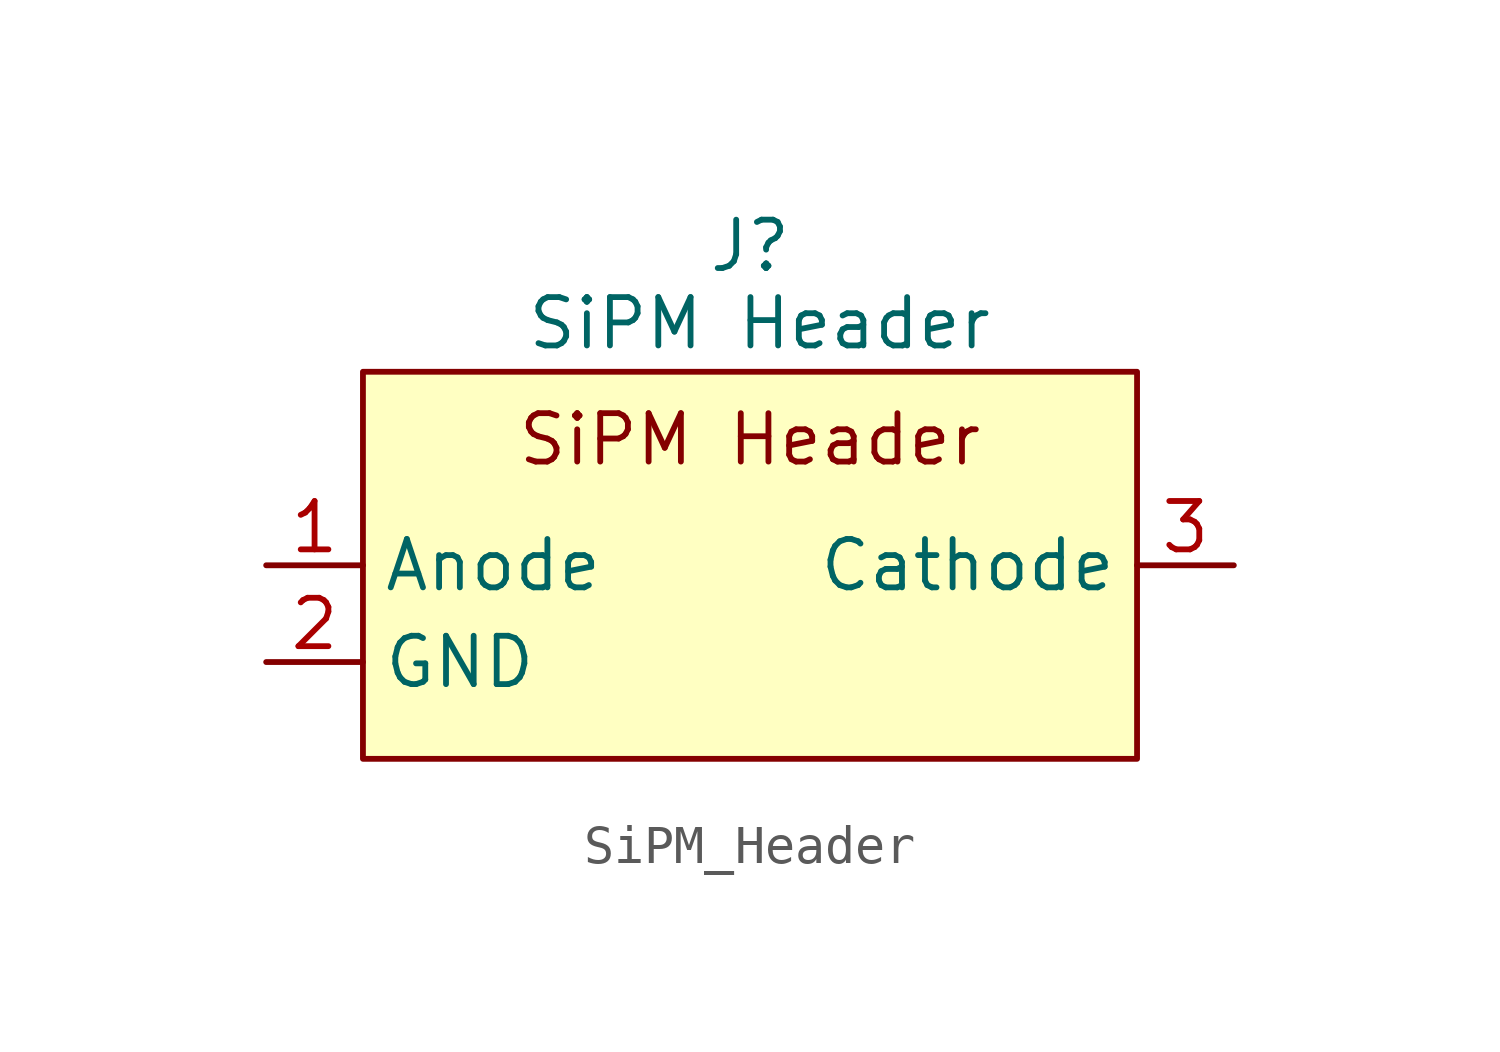
<source format=kicad_sym>
(kicad_symbol_lib
  (version 20241209)
  (generator "kicad_symbol_editor")
  (generator_version "9.0")
  (symbol "SiPM_Header"
    (property "Reference" "J"
      (at 0 8.382 0)
      (effects (font (size 1.27 1.27))))
    (property "Value" "SiPM Header"
      (at 0.254 6.35 0)
      (effects (font (size 1.27 1.27))))
    (symbol "SiPM_Header_1_1"
      (rectangle (start -10.16 5.08) (end 10.16 -5.08) (stroke (width 0) (type solid)) (fill (type background)))
      (text "SiPM Header" (at 0 3.302 0) (effects (font (size 1.27 1.27))))
      (pin output line (at -12.7 0 0) (length 2.54) (name "Anode" (effects (font (size 1.27 1.27)))) (number "1" (effects (font (size 1.27 1.27)))))
      (pin power_in line (at -12.7 -2.54 0) (length 2.54) (name "GND" (effects (font (size 1.27 1.27)))) (number "2" (effects (font (size 1.27 1.27)))))
      (pin input line (at 12.7 0 180) (length 2.54) (name "Cathode" (effects (font (size 1.27 1.27)))) (number "3" (effects (font (size 1.27 1.27))))))))
</source>
